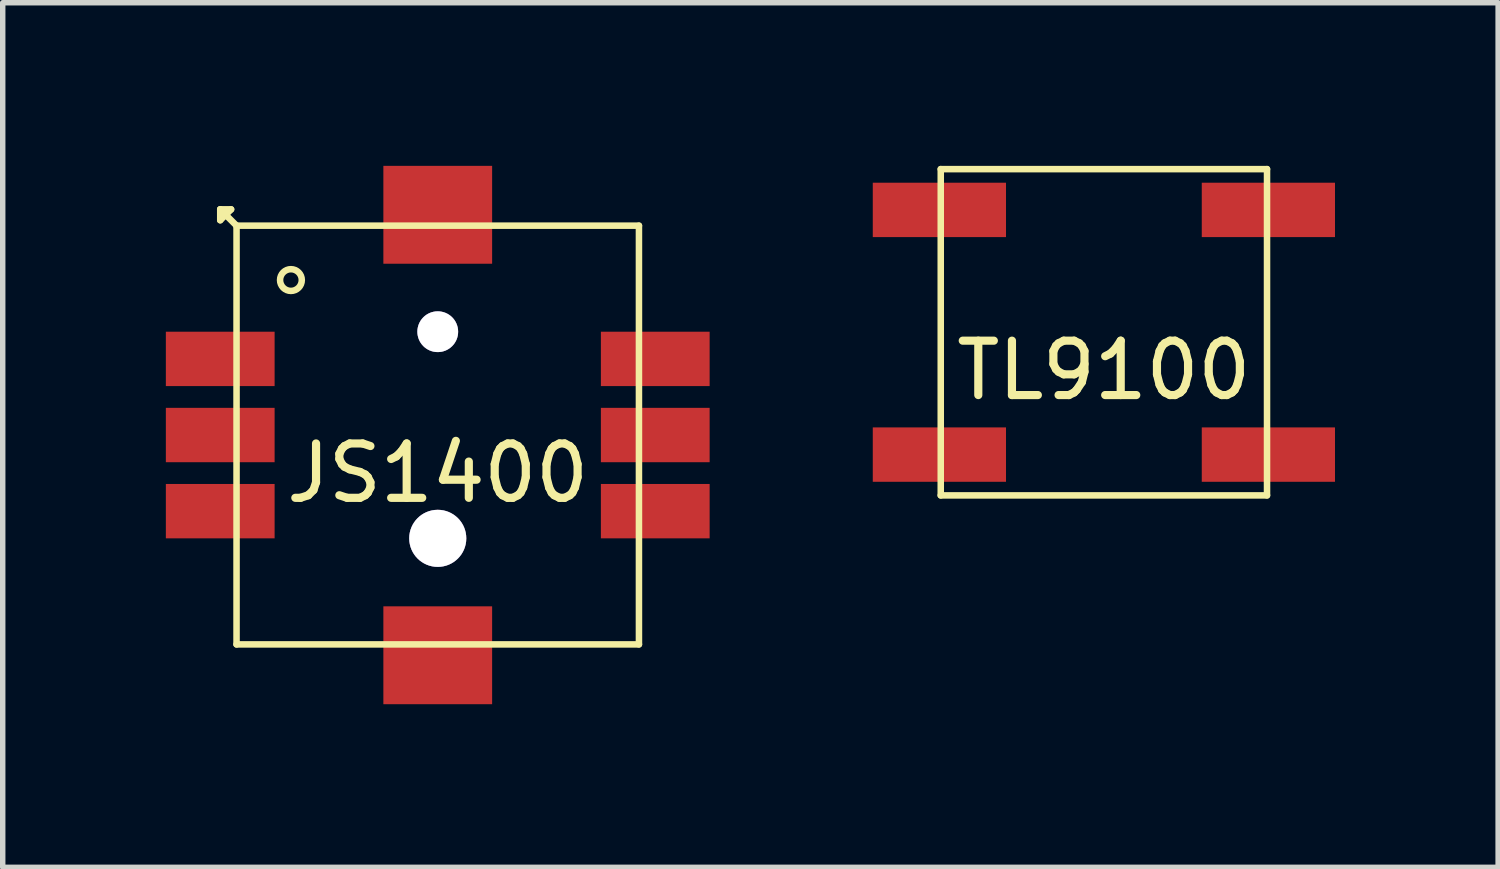
<source format=kicad_pcb>
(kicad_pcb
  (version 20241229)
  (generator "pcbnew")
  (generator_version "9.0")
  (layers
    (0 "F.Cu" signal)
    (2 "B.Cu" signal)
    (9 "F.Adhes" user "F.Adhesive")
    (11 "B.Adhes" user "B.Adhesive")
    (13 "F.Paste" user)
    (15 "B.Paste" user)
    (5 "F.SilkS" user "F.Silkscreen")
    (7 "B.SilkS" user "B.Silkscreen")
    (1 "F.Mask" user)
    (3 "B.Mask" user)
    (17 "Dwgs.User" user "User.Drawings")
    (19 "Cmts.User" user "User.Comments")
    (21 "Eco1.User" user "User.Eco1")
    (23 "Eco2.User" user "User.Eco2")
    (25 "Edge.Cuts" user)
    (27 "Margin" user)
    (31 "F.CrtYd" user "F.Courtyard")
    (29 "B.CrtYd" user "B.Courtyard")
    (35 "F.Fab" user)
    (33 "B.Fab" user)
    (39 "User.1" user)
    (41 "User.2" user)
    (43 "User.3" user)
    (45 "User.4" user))
  (footprint "TL9100"
    (layer "F.Cu")
    (at 17.25 3.06)
    (property "Reference" "TL9100" (at 0 0.7 0) (layer "F.SilkS") (effects (font (size 1 1) (thickness 0.15))))
    (attr through_hole)
    (fp_line (start -3 -3) (end 3 -3) (stroke (width 0.12) (type solid)) (layer "F.SilkS"))
    (fp_line (start -3 3) (end -3 -3) (stroke (width 0.12) (type solid)) (layer "F.SilkS"))
    (fp_line (start 3 -3) (end 3 3) (stroke (width 0.12) (type solid)) (layer "F.SilkS"))
    (fp_line (start 3 3) (end -3 3) (stroke (width 0.12) (type solid)) (layer "F.SilkS"))
    (pad "1" smd rect (at -3.025 2.25) (size 2.45 1) (layers "F.Cu" "F.Mask" "F.Paste"))
    (pad "1" smd rect (at 3.025 2.25) (size 2.45 1) (layers "F.Cu" "F.Mask" "F.Paste"))
    (pad "2" smd rect (at -3.025 -2.25) (size 2.45 1) (layers "F.Cu" "F.Mask" "F.Paste"))
    (pad "2" smd rect (at 3.025 -2.25) (size 2.45 1) (layers "F.Cu" "F.Mask" "F.Paste")))
  (footprint "JS1400"
    (layer "F.Cu")
    (at 5 4.95)
    (property "Reference" "JS1400" (at 0 0.7 0) (layer "F.SilkS") (effects (font (size 1 1) (thickness 0.15))))
    (attr through_hole)
    (fp_line (start -4 -4.15) (end -4 -3.95) (stroke (width 0.12) (type solid)) (layer "F.SilkS"))
    (fp_line (start -4 -3.95) (end -3.8 -4.15) (stroke (width 0.12) (type solid)) (layer "F.SilkS"))
    (fp_line (start -3.8 -4.15) (end -4 -4.15) (stroke (width 0.12) (type solid)) (layer "F.SilkS"))
    (fp_line (start -3.7 -3.85) (end -4 -4.15) (stroke (width 0.12) (type solid)) (layer "F.SilkS"))
    (fp_line (start -3.7 -3.85) (end -3.7 3.85) (stroke (width 0.12) (type solid)) (layer "F.SilkS"))
    (fp_line (start -3.7 -3.85) (end 3.7 -3.85) (stroke (width 0.12) (type solid)) (layer "F.SilkS"))
    (fp_line (start -3.7 3.85) (end 3.7 3.85) (stroke (width 0.12) (type solid)) (layer "F.SilkS"))
    (fp_line (start 3.7 -3.85) (end 3.7 3.85) (stroke (width 0.12) (type solid)) (layer "F.SilkS"))
    (fp_circle (center -2.7 -2.85) (end -2.5 -2.85) (stroke (width 0.12) (type solid)) (fill no) (layer "F.SilkS"))
    (pad "" smd rect (at 0 -4.05) (size 2 1.8) (layers "F.Cu" "F.Mask" "F.Paste"))
    (pad "" thru_hole circle (at 0 -1.9) (size 0.75 0.75) (drill 0.75) (layers "*.Cu" "*.Mask"))
    (pad "" thru_hole circle (at 0 1.9) (size 1.05 1.05) (drill 1.05) (layers "*.Cu" "*.Mask"))
    (pad "" smd rect (at 0 4.05) (size 2 1.8) (layers "F.Cu" "F.Mask" "F.Paste"))
    (pad "1" smd rect (at -4 -1.4) (size 2 1) (layers "F.Cu" "F.Mask" "F.Paste"))
    (pad "2" smd rect (at -4 0) (size 2 1) (layers "F.Cu" "F.Mask" "F.Paste"))
    (pad "3" smd rect (at -4 1.4) (size 2 1) (layers "F.Cu" "F.Mask" "F.Paste"))
    (pad "4" smd rect (at 4 -1.4) (size 2 1) (layers "F.Cu" "F.Mask" "F.Paste"))
    (pad "5" smd rect (at 4 0) (size 2 1) (layers "F.Cu" "F.Mask" "F.Paste"))
    (pad "6" smd rect (at 4 1.4) (size 2 1) (layers "F.Cu" "F.Mask" "F.Paste")))
  (gr_rect
    (start -3 -3)
    (end 24.5 12.9)
    (stroke (width 0.1) (type default))
    (fill no)
    (layer "Edge.Cuts")))
</source>
